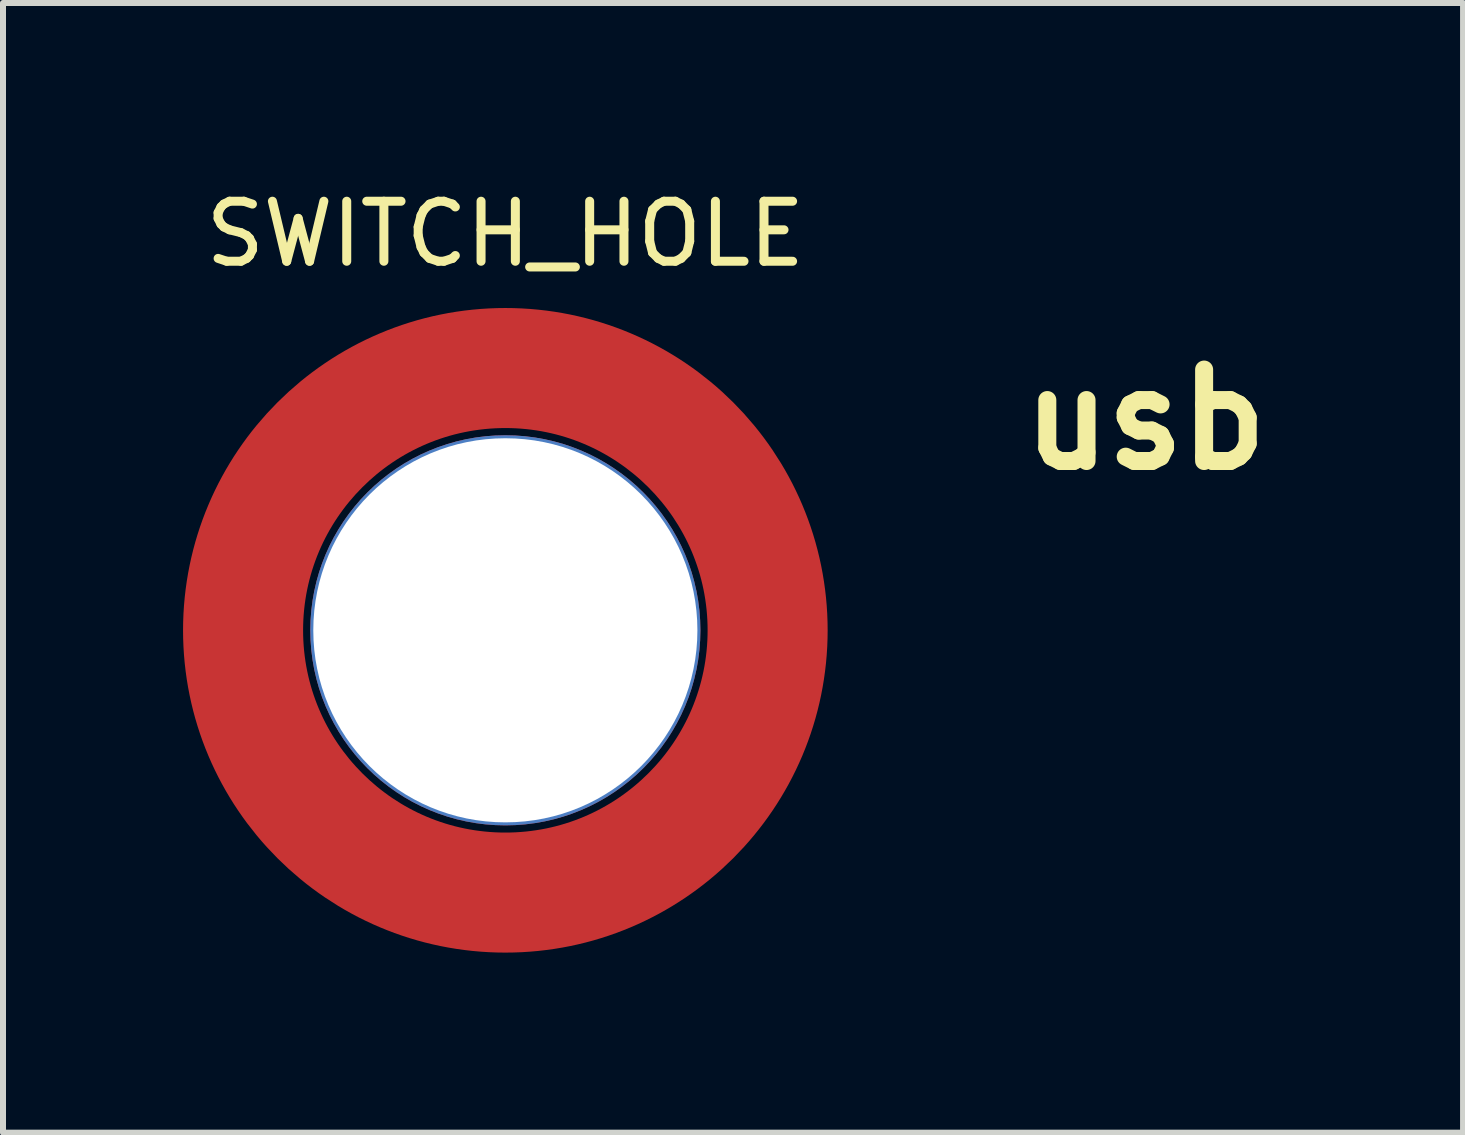
<source format=kicad_pcb>
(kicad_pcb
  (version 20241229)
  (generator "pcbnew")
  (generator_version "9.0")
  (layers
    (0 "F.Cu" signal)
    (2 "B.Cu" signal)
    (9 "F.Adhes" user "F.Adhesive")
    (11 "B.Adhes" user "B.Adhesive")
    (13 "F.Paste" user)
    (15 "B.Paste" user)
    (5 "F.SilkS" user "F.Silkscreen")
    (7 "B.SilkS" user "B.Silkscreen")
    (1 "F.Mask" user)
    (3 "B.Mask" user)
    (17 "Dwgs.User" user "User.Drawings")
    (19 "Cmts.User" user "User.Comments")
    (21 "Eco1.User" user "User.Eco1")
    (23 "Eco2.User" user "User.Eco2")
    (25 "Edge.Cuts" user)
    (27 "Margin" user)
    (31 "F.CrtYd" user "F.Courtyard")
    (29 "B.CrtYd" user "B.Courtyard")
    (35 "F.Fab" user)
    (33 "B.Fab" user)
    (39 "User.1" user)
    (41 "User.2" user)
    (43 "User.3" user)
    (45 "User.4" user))
  (footprint "SWITCH_HOLE"
    (layer "F.Cu")
    (at 5.37 7.452)
    (property "Reference" "SWITCH_HOLE" (at 0 -6.604 0) (layer "F.SilkS") (effects (font (size 1 1) (thickness 0.15))))
    (attr through_hole)
    (fp_circle (center 0 0) (end 4.37 0) (stroke (width 2) (type solid)) (fill no) (layer "F.Cu"))
    (pad "" thru_hole circle (at 0 0) (size 6.5 6.5) (drill 6.4) (layers "*.Cu" "*.Mask")))
  (footprint "usb"
    (layer "F.Cu")
    (at 16.033 3.942)
    (property "Reference" "usb" (at 0 0 0) (layer "F.SilkS") (effects (font (size 1.524 1.524) (thickness 0.3))))
    (attr through_hole)
    (fp_poly (pts (xy 0.008 -3.928) (xy 0.023 -3.905) (xy 0.044 -3.87) (xy 0.069 -3.829) (xy 0.132 -3.719) (xy 0.201 -3.598) (xy 0.274 -3.472) (xy 0.347 -3.345) (xy 0.418 -3.222) (xy 0.484 -3.108) (xy 0.536 -3.018) (xy 0.572 -2.955) (xy 0.604 -2.898) (xy 0.631 -2.85) (xy 0.652 -2.813) (xy 0.664 -2.79) (xy 0.667 -2.783) (xy 0.657 -2.779) (xy 0.628 -2.777) (xy 0.584 -2.775) (xy 0.527 -2.773) (xy 0.461 -2.773) (xy 0.254 -2.773) (xy 0.254 -1.344) (xy 0.254 -1.172) (xy 0.254 -1.006) (xy 0.254 -0.847) (xy 0.254 -0.696) (xy 0.255 -0.555) (xy 0.255 -0.425) (xy 0.255 -0.307) (xy 0.256 -0.202) (xy 0.256 -0.111) (xy 0.257 -0.036) (xy 0.257 0.022) (xy 0.258 0.062) (xy 0.258 0.082) (xy 0.259 0.085) (xy 0.269 0.078) (xy 0.277 0.071) (xy 0.288 0.061) (xy 0.312 0.038) (xy 0.348 0.004) (xy 0.394 -0.04) (xy 0.449 -0.092) (xy 0.511 -0.151) (xy 0.578 -0.214) (xy 0.603 -0.238) (xy 0.685 -0.316) (xy 0.753 -0.381) (xy 0.809 -0.434) (xy 0.853 -0.477) (xy 0.888 -0.512) (xy 0.915 -0.539) (xy 0.935 -0.561) (xy 0.95 -0.578) (xy 0.962 -0.593) (xy 0.971 -0.607) (xy 0.979 -0.622) (xy 0.98 -0.624) (xy 0.986 -0.637) (xy 0.99 -0.651) (xy 0.994 -0.671) (xy 0.997 -0.698) (xy 0.999 -0.735) (xy 1.001 -0.784) (xy 1.002 -0.849) (xy 1.003 -0.93) (xy 1.003 -0.982) (xy 1.007 -1.302) (xy 0.73 -1.302) (xy 0.73 -2.371) (xy 1.789 -2.371) (xy 1.789 -1.302) (xy 1.503 -1.302) (xy 1.503 -0.976) (xy 1.503 -0.881) (xy 1.502 -0.805) (xy 1.501 -0.745) (xy 1.5 -0.697) (xy 1.497 -0.66) (xy 1.494 -0.629) (xy 1.49 -0.603) (xy 1.484 -0.579) (xy 1.482 -0.571) (xy 1.441 -0.45) (xy 1.385 -0.336) (xy 1.315 -0.233) (xy 1.25 -0.16) (xy 1.231 -0.142) (xy 1.198 -0.11) (xy 1.153 -0.068) (xy 1.098 -0.015) (xy 1.033 0.046) (xy 0.962 0.114) (xy 0.884 0.188) (xy 0.803 0.265) (xy 0.743 0.322) (xy 0.648 0.412) (xy 0.562 0.495) (xy 0.485 0.569) (xy 0.419 0.634) (xy 0.364 0.689) (xy 0.322 0.732) (xy 0.293 0.763) (xy 0.279 0.781) (xy 0.278 0.782) (xy 0.275 0.791) (xy 0.271 0.801) (xy 0.269 0.816) (xy 0.266 0.835) (xy 0.264 0.861) (xy 0.263 0.896) (xy 0.261 0.94) (xy 0.26 0.996) (xy 0.259 1.064) (xy 0.259 1.146) (xy 0.258 1.245) (xy 0.257 1.36) (xy 0.257 1.494) (xy 0.256 1.587) (xy 0.254 2.355) (xy 0.336 2.392) (xy 0.449 2.454) (xy 0.549 2.532) (xy 0.637 2.625) (xy 0.709 2.732) (xy 0.764 2.849) (xy 0.79 2.932) (xy 0.803 2.999) (xy 0.809 3.078) (xy 0.809 3.163) (xy 0.803 3.245) (xy 0.792 3.317) (xy 0.784 3.344) (xy 0.735 3.473) (xy 0.672 3.587) (xy 0.593 3.685) (xy 0.5 3.769) (xy 0.392 3.839) (xy 0.354 3.858) (xy 0.232 3.907) (xy 0.107 3.935) (xy -0.017 3.944) (xy -0.139 3.932) (xy -0.141 3.931) (xy -0.267 3.897) (xy -0.384 3.845) (xy -0.491 3.775) (xy -0.585 3.691) (xy -0.666 3.593) (xy -0.731 3.483) (xy -0.779 3.363) (xy -0.796 3.301) (xy -0.804 3.247) (xy -0.808 3.18) (xy -0.808 3.108) (xy -0.805 3.036) (xy -0.797 2.973) (xy -0.789 2.932) (xy -0.743 2.805) (xy -0.681 2.69) (xy -0.604 2.588) (xy -0.512 2.501) (xy -0.407 2.43) (xy -0.357 2.404) (xy -0.254 2.355) (xy -0.259 1.879) (xy -0.29 1.822) (xy -0.315 1.785) (xy -0.343 1.749) (xy -0.359 1.733) (xy -0.378 1.717) (xy -0.409 1.688) (xy -0.449 1.65) (xy -0.497 1.605) (xy -0.55 1.555) (xy -0.582 1.524) (xy -0.637 1.472) (xy -0.704 1.409) (xy -0.779 1.338) (xy -0.858 1.263) (xy -0.937 1.188) (xy -1.013 1.116) (xy -1.039 1.091) (xy -1.111 1.023) (xy -1.177 0.959) (xy -1.235 0.901) (xy -1.283 0.852) (xy -1.32 0.812) (xy -1.344 0.784) (xy -1.35 0.776) (xy -1.398 0.693) (xy -1.442 0.598) (xy -1.478 0.5) (xy -1.483 0.481) (xy -1.488 0.462) (xy -1.493 0.444) (xy -1.496 0.424) (xy -1.499 0.401) (xy -1.502 0.373) (xy -1.504 0.338) (xy -1.506 0.294) (xy -1.507 0.239) (xy -1.508 0.172) (xy -1.509 0.089) (xy -1.51 -0.01) (xy -1.511 -0.127) (xy -1.511 -0.175) (xy -1.515 -0.747) (xy -1.561 -0.776) (xy -1.622 -0.825) (xy -1.679 -0.889) (xy -1.727 -0.963) (xy -1.763 -1.042) (xy -1.777 -1.09) (xy -1.786 -1.152) (xy -1.788 -1.224) (xy -1.783 -1.295) (xy -1.773 -1.347) (xy -1.743 -1.432) (xy -1.7 -1.508) (xy -1.64 -1.579) (xy -1.631 -1.588) (xy -1.555 -1.652) (xy -1.475 -1.698) (xy -1.383 -1.73) (xy -1.382 -1.73) (xy -1.283 -1.745) (xy -1.184 -1.74) (xy -1.089 -1.717) (xy -0.999 -1.676) (xy -0.918 -1.618) (xy -0.847 -1.546) (xy -0.79 -1.46) (xy -0.782 -1.444) (xy -0.76 -1.398) (xy -0.746 -1.362) (xy -0.739 -1.327) (xy -0.734 -1.283) (xy -0.733 -1.257) (xy -0.733 -1.167) (xy -0.743 -1.089) (xy -0.766 -1.015) (xy -0.782 -0.978) (xy -0.814 -0.923) (xy -0.858 -0.866) (xy -0.907 -0.815) (xy -0.956 -0.776) (xy -0.962 -0.773) (xy -1.005 -0.746) (xy -1.005 -0.199) (xy -1.005 -0.077) (xy -1.005 0.026) (xy -1.005 0.111) (xy -1.004 0.18) (xy -1.004 0.237) (xy -1.002 0.281) (xy -1.001 0.316) (xy -0.999 0.342) (xy -0.996 0.363) (xy -0.992 0.38) (xy -0.988 0.394) (xy -0.983 0.408) (xy -0.983 0.41) (xy -0.976 0.427) (xy -0.969 0.443) (xy -0.96 0.459) (xy -0.948 0.476) (xy -0.93 0.497) (xy -0.906 0.522) (xy -0.874 0.555) (xy -0.831 0.596) (xy -0.778 0.647) (xy -0.711 0.709) (xy -0.666 0.751) (xy -0.609 0.806) (xy -0.547 0.864) (xy -0.487 0.921) (xy -0.434 0.972) (xy -0.394 1.011) (xy -0.353 1.049) (xy -0.317 1.083) (xy -0.289 1.108) (xy -0.272 1.123) (xy -0.269 1.125) (xy -0.267 1.124) (xy -0.265 1.118) (xy -0.264 1.106) (xy -0.262 1.087) (xy -0.261 1.061) (xy -0.26 1.026) (xy -0.259 0.982) (xy -0.258 0.928) (xy -0.257 0.863) (xy -0.257 0.786) (xy -0.256 0.696) (xy -0.256 0.593) (xy -0.255 0.476) (xy -0.255 0.343) (xy -0.255 0.194) (xy -0.254 0.029) (xy -0.254 -0.155) (xy -0.254 -0.357) (xy -0.254 -0.579) (xy -0.254 -0.82) (xy -0.254 -2.773) (xy -0.46 -2.773) (xy -0.537 -2.773) (xy -0.597 -2.775) (xy -0.639 -2.777) (xy -0.663 -2.781) (xy -0.667 -2.783) (xy -0.662 -2.795) (xy -0.647 -2.822) (xy -0.625 -2.863) (xy -0.595 -2.915) (xy -0.561 -2.976) (xy -0.522 -3.043) (xy -0.512 -3.061) (xy -0.463 -3.146) (xy -0.408 -3.239) (xy -0.353 -3.336) (xy -0.298 -3.429) (xy -0.249 -3.514) (xy -0.222 -3.561) (xy -0.183 -3.628) (xy -0.146 -3.692) (xy -0.113 -3.749) (xy -0.086 -3.797) (xy -0.066 -3.832) (xy -0.058 -3.847) (xy -0.034 -3.89) (xy -0.018 -3.917) (xy -0.007 -3.931) (xy -0.001 -3.937) (xy 0.001 -3.937) (xy 0.008 -3.928)) (stroke (width 0.01) (type solid)) (fill yes) (layer "F.Mask"))
    (fp_poly (pts (xy 0.008 -3.928) (xy 0.023 -3.905) (xy 0.044 -3.87) (xy 0.069 -3.829) (xy 0.132 -3.719) (xy 0.201 -3.598) (xy 0.274 -3.472) (xy 0.347 -3.345) (xy 0.418 -3.222) (xy 0.484 -3.108) (xy 0.536 -3.018) (xy 0.572 -2.955) (xy 0.604 -2.898) (xy 0.631 -2.85) (xy 0.652 -2.813) (xy 0.664 -2.79) (xy 0.667 -2.783) (xy 0.657 -2.779) (xy 0.628 -2.777) (xy 0.584 -2.775) (xy 0.527 -2.773) (xy 0.461 -2.773) (xy 0.254 -2.773) (xy 0.254 -1.344) (xy 0.254 -1.172) (xy 0.254 -1.006) (xy 0.254 -0.847) (xy 0.254 -0.696) (xy 0.255 -0.555) (xy 0.255 -0.425) (xy 0.255 -0.307) (xy 0.256 -0.202) (xy 0.256 -0.111) (xy 0.257 -0.036) (xy 0.257 0.022) (xy 0.258 0.062) (xy 0.258 0.082) (xy 0.259 0.085) (xy 0.269 0.078) (xy 0.277 0.071) (xy 0.288 0.061) (xy 0.312 0.038) (xy 0.348 0.004) (xy 0.394 -0.04) (xy 0.449 -0.092) (xy 0.511 -0.151) (xy 0.578 -0.214) (xy 0.603 -0.238) (xy 0.685 -0.316) (xy 0.753 -0.381) (xy 0.809 -0.434) (xy 0.853 -0.477) (xy 0.888 -0.512) (xy 0.915 -0.539) (xy 0.935 -0.561) (xy 0.95 -0.578) (xy 0.962 -0.593) (xy 0.971 -0.607) (xy 0.979 -0.622) (xy 0.98 -0.624) (xy 0.986 -0.637) (xy 0.99 -0.651) (xy 0.994 -0.671) (xy 0.997 -0.698) (xy 0.999 -0.735) (xy 1.001 -0.784) (xy 1.002 -0.849) (xy 1.003 -0.93) (xy 1.003 -0.982) (xy 1.007 -1.302) (xy 0.73 -1.302) (xy 0.73 -2.371) (xy 1.789 -2.371) (xy 1.789 -1.302) (xy 1.503 -1.302) (xy 1.503 -0.976) (xy 1.503 -0.881) (xy 1.502 -0.805) (xy 1.501 -0.745) (xy 1.5 -0.697) (xy 1.497 -0.66) (xy 1.494 -0.629) (xy 1.49 -0.603) (xy 1.484 -0.579) (xy 1.482 -0.571) (xy 1.441 -0.45) (xy 1.385 -0.336) (xy 1.315 -0.233) (xy 1.25 -0.16) (xy 1.231 -0.142) (xy 1.198 -0.11) (xy 1.153 -0.068) (xy 1.098 -0.015) (xy 1.033 0.046) (xy 0.962 0.114) (xy 0.884 0.188) (xy 0.803 0.265) (xy 0.743 0.322) (xy 0.648 0.412) (xy 0.562 0.495) (xy 0.485 0.569) (xy 0.419 0.634) (xy 0.364 0.689) (xy 0.322 0.732) (xy 0.293 0.763) (xy 0.279 0.781) (xy 0.278 0.782) (xy 0.275 0.791) (xy 0.271 0.801) (xy 0.269 0.816) (xy 0.266 0.835) (xy 0.264 0.861) (xy 0.263 0.896) (xy 0.261 0.94) (xy 0.26 0.996) (xy 0.259 1.064) (xy 0.259 1.146) (xy 0.258 1.245) (xy 0.257 1.36) (xy 0.257 1.494) (xy 0.256 1.587) (xy 0.254 2.355) (xy 0.336 2.392) (xy 0.449 2.454) (xy 0.549 2.532) (xy 0.637 2.625) (xy 0.709 2.732) (xy 0.764 2.849) (xy 0.79 2.932) (xy 0.803 2.999) (xy 0.809 3.078) (xy 0.809 3.163) (xy 0.803 3.245) (xy 0.792 3.317) (xy 0.784 3.344) (xy 0.735 3.473) (xy 0.672 3.587) (xy 0.593 3.685) (xy 0.5 3.769) (xy 0.392 3.839) (xy 0.354 3.858) (xy 0.232 3.907) (xy 0.107 3.935) (xy -0.017 3.944) (xy -0.139 3.932) (xy -0.141 3.931) (xy -0.267 3.897) (xy -0.384 3.845) (xy -0.491 3.775) (xy -0.585 3.691) (xy -0.666 3.593) (xy -0.731 3.483) (xy -0.779 3.363) (xy -0.796 3.301) (xy -0.804 3.247) (xy -0.808 3.18) (xy -0.808 3.108) (xy -0.805 3.036) (xy -0.797 2.973) (xy -0.789 2.932) (xy -0.743 2.805) (xy -0.681 2.69) (xy -0.604 2.588) (xy -0.512 2.501) (xy -0.407 2.43) (xy -0.357 2.404) (xy -0.254 2.355) (xy -0.259 1.879) (xy -0.29 1.822) (xy -0.315 1.785) (xy -0.343 1.749) (xy -0.359 1.733) (xy -0.378 1.717) (xy -0.409 1.688) (xy -0.449 1.65) (xy -0.497 1.605) (xy -0.55 1.555) (xy -0.582 1.524) (xy -0.637 1.472) (xy -0.704 1.409) (xy -0.779 1.338) (xy -0.858 1.263) (xy -0.937 1.188) (xy -1.013 1.116) (xy -1.039 1.091) (xy -1.111 1.023) (xy -1.177 0.959) (xy -1.235 0.901) (xy -1.283 0.852) (xy -1.32 0.812) (xy -1.344 0.784) (xy -1.35 0.776) (xy -1.398 0.693) (xy -1.442 0.598) (xy -1.478 0.5) (xy -1.483 0.481) (xy -1.488 0.462) (xy -1.493 0.444) (xy -1.496 0.424) (xy -1.499 0.401) (xy -1.502 0.373) (xy -1.504 0.338) (xy -1.506 0.294) (xy -1.507 0.239) (xy -1.508 0.172) (xy -1.509 0.089) (xy -1.51 -0.01) (xy -1.511 -0.127) (xy -1.511 -0.175) (xy -1.515 -0.747) (xy -1.561 -0.776) (xy -1.622 -0.825) (xy -1.679 -0.889) (xy -1.727 -0.963) (xy -1.763 -1.042) (xy -1.777 -1.09) (xy -1.786 -1.152) (xy -1.788 -1.224) (xy -1.783 -1.295) (xy -1.773 -1.347) (xy -1.743 -1.432) (xy -1.7 -1.508) (xy -1.64 -1.579) (xy -1.631 -1.588) (xy -1.555 -1.652) (xy -1.475 -1.698) (xy -1.383 -1.73) (xy -1.382 -1.73) (xy -1.283 -1.745) (xy -1.184 -1.74) (xy -1.089 -1.717) (xy -0.999 -1.676) (xy -0.918 -1.618) (xy -0.847 -1.546) (xy -0.79 -1.46) (xy -0.782 -1.444) (xy -0.76 -1.398) (xy -0.746 -1.362) (xy -0.739 -1.327) (xy -0.734 -1.283) (xy -0.733 -1.257) (xy -0.733 -1.167) (xy -0.743 -1.089) (xy -0.766 -1.015) (xy -0.782 -0.978) (xy -0.814 -0.923) (xy -0.858 -0.866) (xy -0.907 -0.815) (xy -0.956 -0.776) (xy -0.962 -0.773) (xy -1.005 -0.746) (xy -1.005 -0.199) (xy -1.005 -0.077) (xy -1.005 0.026) (xy -1.005 0.111) (xy -1.004 0.18) (xy -1.004 0.237) (xy -1.002 0.281) (xy -1.001 0.316) (xy -0.999 0.342) (xy -0.996 0.363) (xy -0.992 0.38) (xy -0.988 0.394) (xy -0.983 0.408) (xy -0.983 0.41) (xy -0.976 0.427) (xy -0.969 0.443) (xy -0.96 0.459) (xy -0.948 0.476) (xy -0.93 0.497) (xy -0.906 0.522) (xy -0.874 0.555) (xy -0.831 0.596) (xy -0.778 0.647) (xy -0.711 0.709) (xy -0.666 0.751) (xy -0.609 0.806) (xy -0.547 0.864) (xy -0.487 0.921) (xy -0.434 0.972) (xy -0.394 1.011) (xy -0.353 1.049) (xy -0.317 1.083) (xy -0.289 1.108) (xy -0.272 1.123) (xy -0.269 1.125) (xy -0.267 1.124) (xy -0.265 1.118) (xy -0.264 1.106) (xy -0.262 1.087) (xy -0.261 1.061) (xy -0.26 1.026) (xy -0.259 0.982) (xy -0.258 0.928) (xy -0.257 0.863) (xy -0.257 0.786) (xy -0.256 0.696) (xy -0.256 0.593) (xy -0.255 0.476) (xy -0.255 0.343) (xy -0.255 0.194) (xy -0.254 0.029) (xy -0.254 -0.155) (xy -0.254 -0.357) (xy -0.254 -0.579) (xy -0.254 -0.82) (xy -0.254 -2.773) (xy -0.46 -2.773) (xy -0.537 -2.773) (xy -0.597 -2.775) (xy -0.639 -2.777) (xy -0.663 -2.781) (xy -0.667 -2.783) (xy -0.662 -2.795) (xy -0.647 -2.822) (xy -0.625 -2.863) (xy -0.595 -2.915) (xy -0.561 -2.976) (xy -0.522 -3.043) (xy -0.512 -3.061) (xy -0.463 -3.146) (xy -0.408 -3.239) (xy -0.353 -3.336) (xy -0.298 -3.429) (xy -0.249 -3.514) (xy -0.222 -3.561) (xy -0.183 -3.628) (xy -0.146 -3.692) (xy -0.113 -3.749) (xy -0.086 -3.797) (xy -0.066 -3.832) (xy -0.058 -3.847) (xy -0.034 -3.89) (xy -0.018 -3.917) (xy -0.007 -3.931) (xy -0.001 -3.937) (xy 0.001 -3.937) (xy 0.008 -3.928)) (stroke (width 0.01) (type solid)) (fill yes) (layer "B.Mask")))
  (gr_rect
    (start -3 -3)
    (end 21.327 15.822)
    (stroke (width 0.1) (type default))
    (fill no)
    (layer "Edge.Cuts")))
</source>
